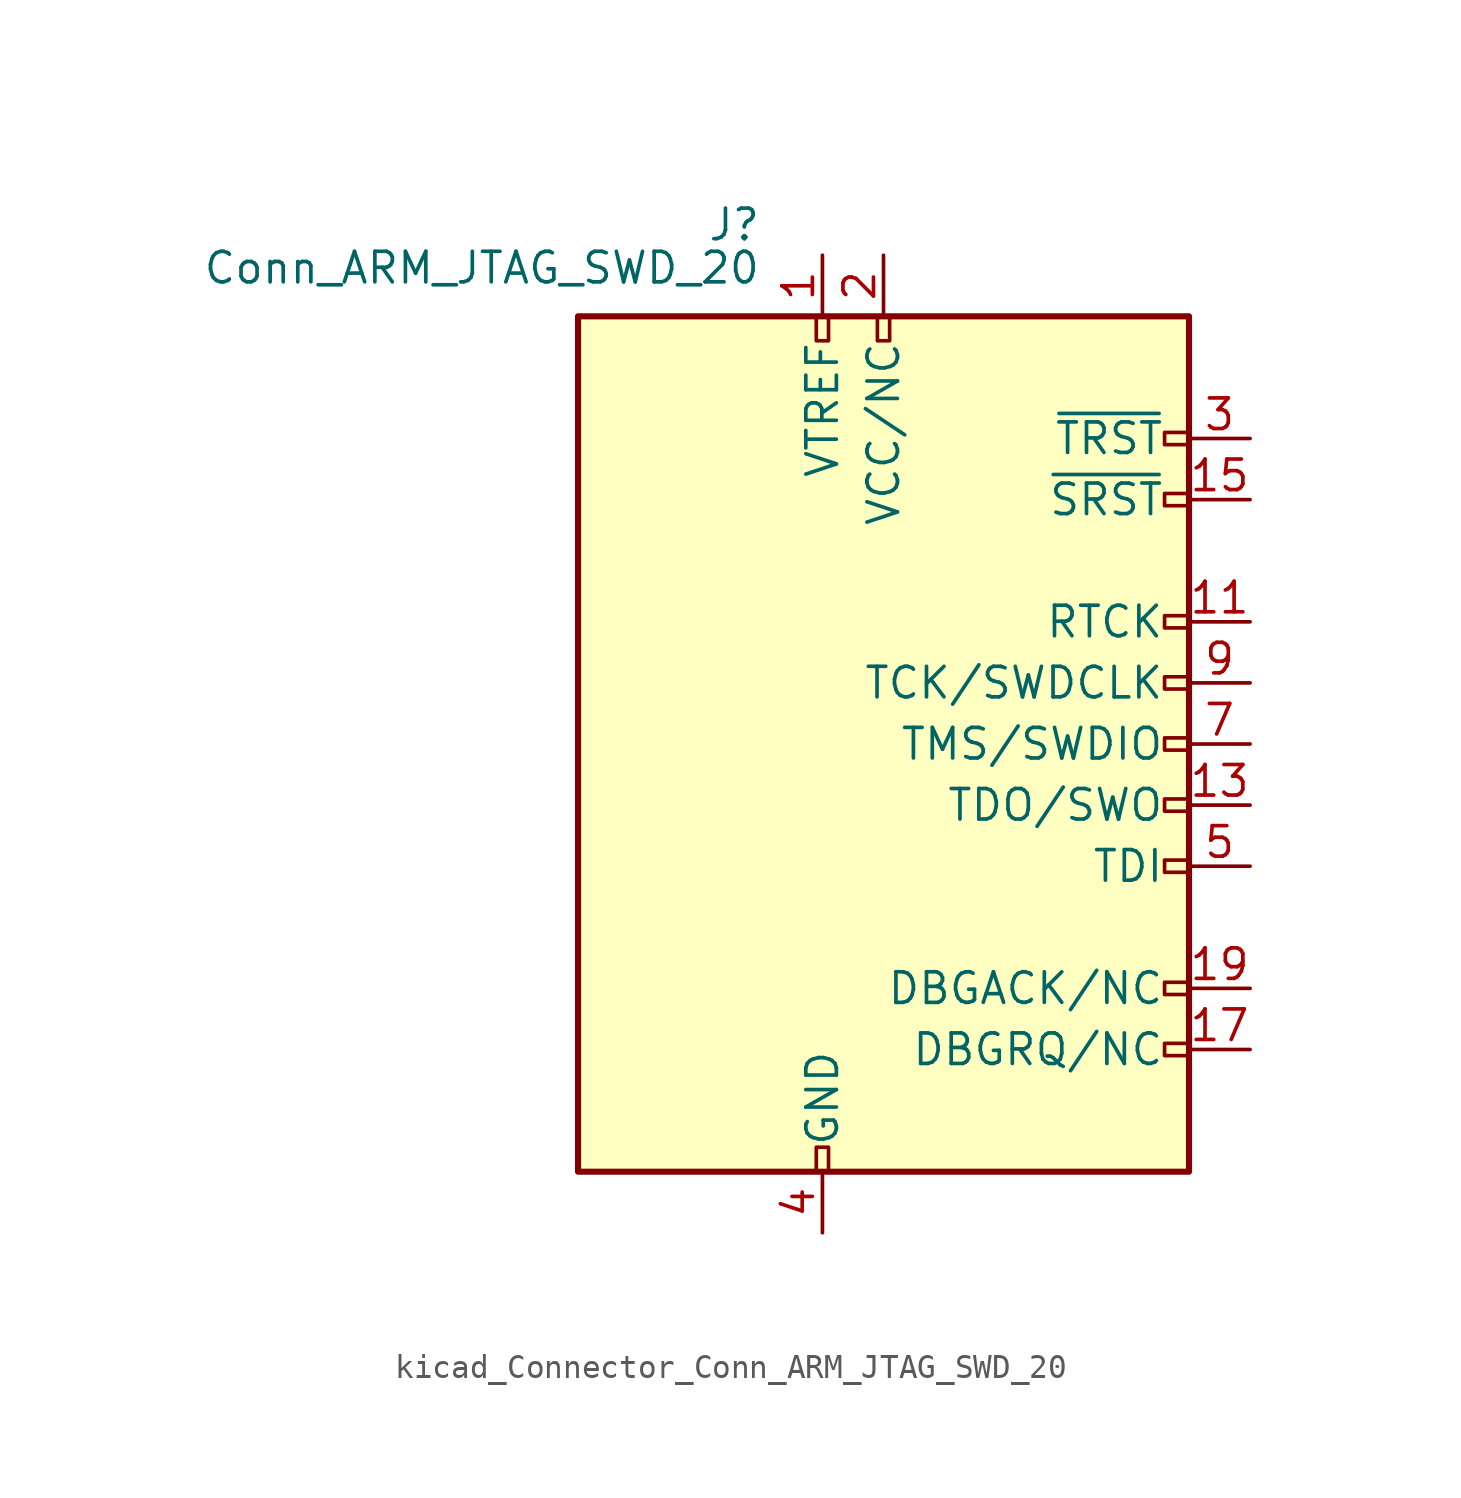
<source format=kicad_sym>
(kicad_symbol_lib
  (version 20220914)
  (generator kicad_symbol_editor)
  (symbol "kicad_Connector_Conn_ARM_JTAG_SWD_20"
    (pin_names
      (offset 1.016))
    (property "Reference" "J"
      (at -5.08 21.59 0)
      (effects (font (size 1.27 1.27)) (justify right)))
    (property "Value" "Conn_ARM_JTAG_SWD_20"
      (at -5.08 19.05 0)
      (effects (font (size 1.27 1.27)) (justify right bottom)))
    (symbol "kicad_Connector_Conn_ARM_JTAG_SWD_20_0_1"
      (rectangle (start -12.7 17.78) (end 12.7 -17.78) (stroke (width 0.254) (type default)) (fill (type background)))
      (rectangle (start -2.794 -17.78) (end -2.286 -16.764) (stroke (width 0) (type default)) (fill (type none)))
      (rectangle (start -2.794 17.78) (end -2.286 16.764) (stroke (width 0) (type default)) (fill (type none)))
      (rectangle (start -0.254 17.78) (end 0.254 16.764) (stroke (width 0) (type default)) (fill (type none)))
      (rectangle (start 11.684 2.286) (end 12.7 2.794) (stroke (width 0) (type default)) (fill (type none)))
      (rectangle (start 12.7 -12.446) (end 11.684 -12.954) (stroke (width 0) (type default)) (fill (type none)))
      (rectangle (start 12.7 -9.906) (end 11.684 -10.414) (stroke (width 0) (type default)) (fill (type none)))
      (rectangle (start 12.7 -2.794) (end 11.684 -2.286) (stroke (width 0) (type default)) (fill (type none)))
      (rectangle (start 12.7 -0.254) (end 11.684 0.254) (stroke (width 0) (type default)) (fill (type none)))
      (rectangle (start 12.7 4.826) (end 11.684 5.334) (stroke (width 0) (type default)) (fill (type none)))
      (rectangle (start 12.7 10.414) (end 11.684 9.906) (stroke (width 0) (type default)) (fill (type none)))
      (rectangle (start 12.7 12.954) (end 11.684 12.446) (stroke (width 0) (type default)) (fill (type none))))
    (symbol "kicad_Connector_Conn_ARM_JTAG_SWD_20_1_1"
      (rectangle (start 11.684 -5.334) (end 12.7 -4.826) (stroke (width 0) (type default)) (fill (type none)))
      (pin power_in line (at -2.54 20.32 270) (length 2.54) (name "VTREF" (effects (font (size 1.27 1.27)))) (number "1" (effects (font (size 1.27 1.27)))))
      (pin passive line (at -2.54 -20.32 90) (length 2.54) hide (name "GND" (effects (font (size 1.27 1.27)))) (number "10" (effects (font (size 1.27 1.27)))))
      (pin input line (at 15.24 5.08 180) (length 2.54) (name "RTCK" (effects (font (size 1.27 1.27)))) (number "11" (effects (font (size 1.27 1.27)))))
      (pin passive line (at -2.54 -20.32 90) (length 2.54) hide (name "GND" (effects (font (size 1.27 1.27)))) (number "12" (effects (font (size 1.27 1.27)))))
      (pin input line (at 15.24 -2.54 180) (length 2.54) (name "TDO/SWO" (effects (font (size 1.27 1.27)))) (number "13" (effects (font (size 1.27 1.27)))))
      (pin passive line (at -2.54 -20.32 90) (length 2.54) hide (name "GND" (effects (font (size 1.27 1.27)))) (number "14" (effects (font (size 1.27 1.27)))))
      (pin bidirectional line (at 15.24 10.16 180) (length 2.54) (name "~{SRST}" (effects (font (size 1.27 1.27)))) (number "15" (effects (font (size 1.27 1.27)))))
      (pin passive line (at -2.54 -20.32 90) (length 2.54) hide (name "GND" (effects (font (size 1.27 1.27)))) (number "16" (effects (font (size 1.27 1.27)))))
      (pin output line (at 15.24 -12.7 180) (length 2.54) (name "DBGRQ/NC" (effects (font (size 1.27 1.27)))) (number "17" (effects (font (size 1.27 1.27)))))
      (pin passive line (at -2.54 -20.32 90) (length 2.54) hide (name "GND" (effects (font (size 1.27 1.27)))) (number "18" (effects (font (size 1.27 1.27)))))
      (pin input line (at 15.24 -10.16 180) (length 2.54) (name "DBGACK/NC" (effects (font (size 1.27 1.27)))) (number "19" (effects (font (size 1.27 1.27)))))
      (pin power_in line (at 0 20.32 270) (length 2.54) (name "VCC/NC" (effects (font (size 1.27 1.27)))) (number "2" (effects (font (size 1.27 1.27)))))
      (pin passive line (at -2.54 -20.32 90) (length 2.54) hide (name "GND" (effects (font (size 1.27 1.27)))) (number "20" (effects (font (size 1.27 1.27)))))
      (pin output line (at 15.24 12.7 180) (length 2.54) (name "~{TRST}" (effects (font (size 1.27 1.27)))) (number "3" (effects (font (size 1.27 1.27)))))
      (pin power_in line (at -2.54 -20.32 90) (length 2.54) (name "GND" (effects (font (size 1.27 1.27)))) (number "4" (effects (font (size 1.27 1.27)))))
      (pin output line (at 15.24 -5.08 180) (length 2.54) (name "TDI" (effects (font (size 1.27 1.27)))) (number "5" (effects (font (size 1.27 1.27)))))
      (pin passive line (at -2.54 -20.32 90) (length 2.54) hide (name "GND" (effects (font (size 1.27 1.27)))) (number "6" (effects (font (size 1.27 1.27)))))
      (pin output line (at 15.24 0 180) (length 2.54) (name "TMS/SWDIO" (effects (font (size 1.27 1.27)))) (number "7" (effects (font (size 1.27 1.27)))))
      (pin passive line (at -2.54 -20.32 90) (length 2.54) hide (name "GND" (effects (font (size 1.27 1.27)))) (number "8" (effects (font (size 1.27 1.27)))))
      (pin output line (at 15.24 2.54 180) (length 2.54) (name "TCK/SWDCLK" (effects (font (size 1.27 1.27)))) (number "9" (effects (font (size 1.27 1.27))))))))
</source>
